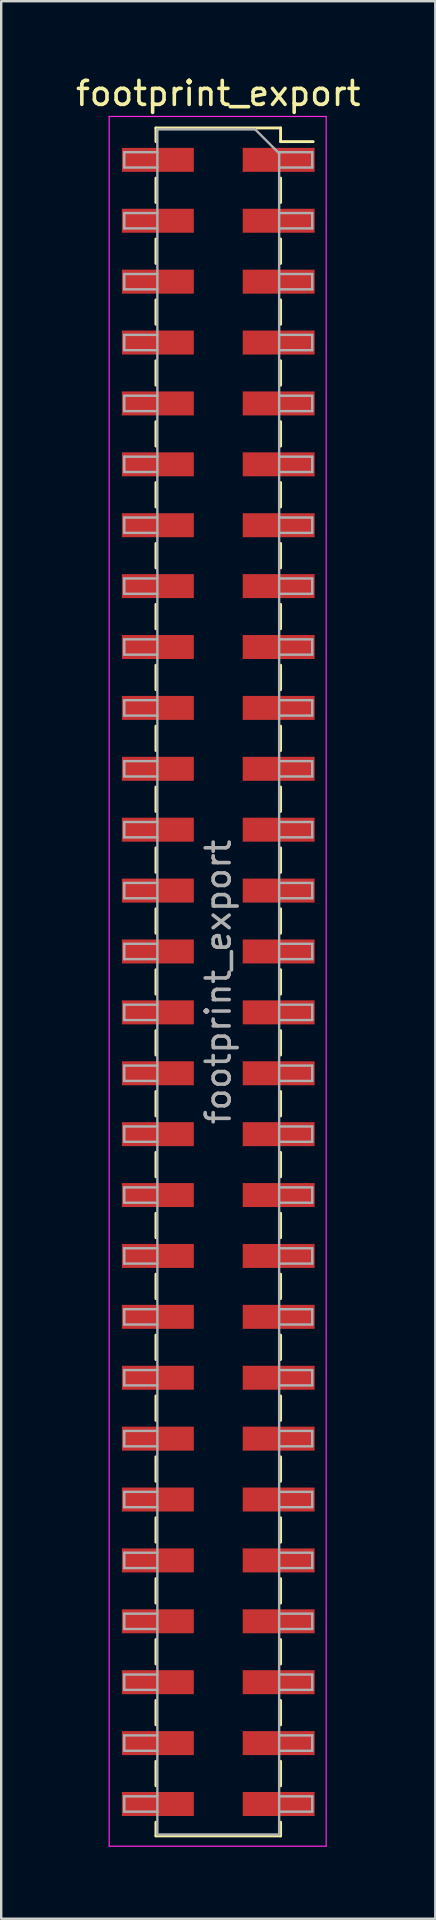
<source format=kicad_pcb>
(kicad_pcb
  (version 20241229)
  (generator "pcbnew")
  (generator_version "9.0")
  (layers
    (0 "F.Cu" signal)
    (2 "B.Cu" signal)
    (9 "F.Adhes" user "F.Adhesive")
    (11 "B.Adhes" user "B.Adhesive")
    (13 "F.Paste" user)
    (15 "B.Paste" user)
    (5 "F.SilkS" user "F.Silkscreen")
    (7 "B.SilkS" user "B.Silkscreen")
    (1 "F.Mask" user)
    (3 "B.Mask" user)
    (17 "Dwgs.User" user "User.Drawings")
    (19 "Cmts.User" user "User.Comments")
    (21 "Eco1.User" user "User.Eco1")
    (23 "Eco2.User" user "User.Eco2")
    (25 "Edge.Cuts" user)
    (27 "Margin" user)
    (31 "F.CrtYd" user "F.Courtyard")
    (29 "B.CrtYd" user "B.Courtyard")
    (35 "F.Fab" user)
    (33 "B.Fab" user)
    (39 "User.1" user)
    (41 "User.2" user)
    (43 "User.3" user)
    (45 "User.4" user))
  (footprint "footprint_export"
    (layer "F.Cu")
    (at 6.054 37.908)
    (property "Reference" "footprint_export" (at 0 -37.06 0) (layer "F.SilkS") (effects (font (size 1 1) (thickness 0.15))))
    (attr smd)
    (fp_line (start -2.6 -35.62) (end -2.6 -35.05) (stroke (width 0.12) (type solid)) (layer "F.SilkS"))
    (fp_line (start -2.6 -35.62) (end 2.6 -35.62) (stroke (width 0.12) (type solid)) (layer "F.SilkS"))
    (fp_line (start -2.6 -33.53) (end -2.6 -32.51) (stroke (width 0.12) (type solid)) (layer "F.SilkS"))
    (fp_line (start -2.6 -30.99) (end -2.6 -29.97) (stroke (width 0.12) (type solid)) (layer "F.SilkS"))
    (fp_line (start -2.6 -28.45) (end -2.6 -27.43) (stroke (width 0.12) (type solid)) (layer "F.SilkS"))
    (fp_line (start -2.6 -25.91) (end -2.6 -24.89) (stroke (width 0.12) (type solid)) (layer "F.SilkS"))
    (fp_line (start -2.6 -23.37) (end -2.6 -22.35) (stroke (width 0.12) (type solid)) (layer "F.SilkS"))
    (fp_line (start -2.6 -20.83) (end -2.6 -19.81) (stroke (width 0.12) (type solid)) (layer "F.SilkS"))
    (fp_line (start -2.6 -18.29) (end -2.6 -17.27) (stroke (width 0.12) (type solid)) (layer "F.SilkS"))
    (fp_line (start -2.6 -15.75) (end -2.6 -14.73) (stroke (width 0.12) (type solid)) (layer "F.SilkS"))
    (fp_line (start -2.6 -13.21) (end -2.6 -12.19) (stroke (width 0.12) (type solid)) (layer "F.SilkS"))
    (fp_line (start -2.6 -10.67) (end -2.6 -9.65) (stroke (width 0.12) (type solid)) (layer "F.SilkS"))
    (fp_line (start -2.6 -8.13) (end -2.6 -7.11) (stroke (width 0.12) (type solid)) (layer "F.SilkS"))
    (fp_line (start -2.6 -5.59) (end -2.6 -4.57) (stroke (width 0.12) (type solid)) (layer "F.SilkS"))
    (fp_line (start -2.6 -3.05) (end -2.6 -2.03) (stroke (width 0.12) (type solid)) (layer "F.SilkS"))
    (fp_line (start -2.6 -0.51) (end -2.6 0.51) (stroke (width 0.12) (type solid)) (layer "F.SilkS"))
    (fp_line (start -2.6 2.03) (end -2.6 3.05) (stroke (width 0.12) (type solid)) (layer "F.SilkS"))
    (fp_line (start -2.6 4.57) (end -2.6 5.59) (stroke (width 0.12) (type solid)) (layer "F.SilkS"))
    (fp_line (start -2.6 7.11) (end -2.6 8.13) (stroke (width 0.12) (type solid)) (layer "F.SilkS"))
    (fp_line (start -2.6 9.65) (end -2.6 10.67) (stroke (width 0.12) (type solid)) (layer "F.SilkS"))
    (fp_line (start -2.6 12.19) (end -2.6 13.21) (stroke (width 0.12) (type solid)) (layer "F.SilkS"))
    (fp_line (start -2.6 14.73) (end -2.6 15.75) (stroke (width 0.12) (type solid)) (layer "F.SilkS"))
    (fp_line (start -2.6 17.27) (end -2.6 18.29) (stroke (width 0.12) (type solid)) (layer "F.SilkS"))
    (fp_line (start -2.6 19.81) (end -2.6 20.83) (stroke (width 0.12) (type solid)) (layer "F.SilkS"))
    (fp_line (start -2.6 22.35) (end -2.6 23.37) (stroke (width 0.12) (type solid)) (layer "F.SilkS"))
    (fp_line (start -2.6 24.89) (end -2.6 25.91) (stroke (width 0.12) (type solid)) (layer "F.SilkS"))
    (fp_line (start -2.6 27.43) (end -2.6 28.45) (stroke (width 0.12) (type solid)) (layer "F.SilkS"))
    (fp_line (start -2.6 29.97) (end -2.6 30.99) (stroke (width 0.12) (type solid)) (layer "F.SilkS"))
    (fp_line (start -2.6 32.51) (end -2.6 33.53) (stroke (width 0.12) (type solid)) (layer "F.SilkS"))
    (fp_line (start -2.6 35.05) (end -2.6 35.62) (stroke (width 0.12) (type solid)) (layer "F.SilkS"))
    (fp_line (start -2.6 35.62) (end 2.6 35.62) (stroke (width 0.12) (type solid)) (layer "F.SilkS"))
    (fp_line (start 2.6 -35.62) (end 2.6 -35.05) (stroke (width 0.12) (type solid)) (layer "F.SilkS"))
    (fp_line (start 2.6 -35.05) (end 3.96 -35.05) (stroke (width 0.12) (type solid)) (layer "F.SilkS"))
    (fp_line (start 2.6 -33.53) (end 2.6 -32.51) (stroke (width 0.12) (type solid)) (layer "F.SilkS"))
    (fp_line (start 2.6 -30.99) (end 2.6 -29.97) (stroke (width 0.12) (type solid)) (layer "F.SilkS"))
    (fp_line (start 2.6 -28.45) (end 2.6 -27.43) (stroke (width 0.12) (type solid)) (layer "F.SilkS"))
    (fp_line (start 2.6 -25.91) (end 2.6 -24.89) (stroke (width 0.12) (type solid)) (layer "F.SilkS"))
    (fp_line (start 2.6 -23.37) (end 2.6 -22.35) (stroke (width 0.12) (type solid)) (layer "F.SilkS"))
    (fp_line (start 2.6 -20.83) (end 2.6 -19.81) (stroke (width 0.12) (type solid)) (layer "F.SilkS"))
    (fp_line (start 2.6 -18.29) (end 2.6 -17.27) (stroke (width 0.12) (type solid)) (layer "F.SilkS"))
    (fp_line (start 2.6 -15.75) (end 2.6 -14.73) (stroke (width 0.12) (type solid)) (layer "F.SilkS"))
    (fp_line (start 2.6 -13.21) (end 2.6 -12.19) (stroke (width 0.12) (type solid)) (layer "F.SilkS"))
    (fp_line (start 2.6 -10.67) (end 2.6 -9.65) (stroke (width 0.12) (type solid)) (layer "F.SilkS"))
    (fp_line (start 2.6 -8.13) (end 2.6 -7.11) (stroke (width 0.12) (type solid)) (layer "F.SilkS"))
    (fp_line (start 2.6 -5.59) (end 2.6 -4.57) (stroke (width 0.12) (type solid)) (layer "F.SilkS"))
    (fp_line (start 2.6 -3.05) (end 2.6 -2.03) (stroke (width 0.12) (type solid)) (layer "F.SilkS"))
    (fp_line (start 2.6 -0.51) (end 2.6 0.51) (stroke (width 0.12) (type solid)) (layer "F.SilkS"))
    (fp_line (start 2.6 2.03) (end 2.6 3.05) (stroke (width 0.12) (type solid)) (layer "F.SilkS"))
    (fp_line (start 2.6 4.57) (end 2.6 5.59) (stroke (width 0.12) (type solid)) (layer "F.SilkS"))
    (fp_line (start 2.6 7.11) (end 2.6 8.13) (stroke (width 0.12) (type solid)) (layer "F.SilkS"))
    (fp_line (start 2.6 9.65) (end 2.6 10.67) (stroke (width 0.12) (type solid)) (layer "F.SilkS"))
    (fp_line (start 2.6 12.19) (end 2.6 13.21) (stroke (width 0.12) (type solid)) (layer "F.SilkS"))
    (fp_line (start 2.6 14.73) (end 2.6 15.75) (stroke (width 0.12) (type solid)) (layer "F.SilkS"))
    (fp_line (start 2.6 17.27) (end 2.6 18.29) (stroke (width 0.12) (type solid)) (layer "F.SilkS"))
    (fp_line (start 2.6 19.81) (end 2.6 20.83) (stroke (width 0.12) (type solid)) (layer "F.SilkS"))
    (fp_line (start 2.6 22.35) (end 2.6 23.37) (stroke (width 0.12) (type solid)) (layer "F.SilkS"))
    (fp_line (start 2.6 24.89) (end 2.6 25.91) (stroke (width 0.12) (type solid)) (layer "F.SilkS"))
    (fp_line (start 2.6 27.43) (end 2.6 28.45) (stroke (width 0.12) (type solid)) (layer "F.SilkS"))
    (fp_line (start 2.6 29.97) (end 2.6 30.99) (stroke (width 0.12) (type solid)) (layer "F.SilkS"))
    (fp_line (start 2.6 32.51) (end 2.6 33.53) (stroke (width 0.12) (type solid)) (layer "F.SilkS"))
    (fp_line (start 2.6 35.05) (end 2.6 35.62) (stroke (width 0.12) (type solid)) (layer "F.SilkS"))
    (fp_line (start -4.55 -36.1) (end 4.5 -36.1) (stroke (width 0.05) (type solid)) (layer "F.CrtYd"))
    (fp_line (start -4.55 36.05) (end -4.55 -36.1) (stroke (width 0.05) (type solid)) (layer "F.CrtYd"))
    (fp_line (start 4.5 -36.1) (end 4.5 36.05) (stroke (width 0.05) (type solid)) (layer "F.CrtYd"))
    (fp_line (start 4.5 36.05) (end -4.55 36.05) (stroke (width 0.05) (type solid)) (layer "F.CrtYd"))
    (fp_line (start -3.92 -34.61) (end -2.54 -34.61) (stroke (width 0.1) (type solid)) (layer "F.Fab"))
    (fp_line (start -3.92 -33.97) (end -3.92 -34.61) (stroke (width 0.1) (type solid)) (layer "F.Fab"))
    (fp_line (start -3.92 -32.07) (end -2.54 -32.07) (stroke (width 0.1) (type solid)) (layer "F.Fab"))
    (fp_line (start -3.92 -31.43) (end -3.92 -32.07) (stroke (width 0.1) (type solid)) (layer "F.Fab"))
    (fp_line (start -3.92 -29.53) (end -2.54 -29.53) (stroke (width 0.1) (type solid)) (layer "F.Fab"))
    (fp_line (start -3.92 -28.89) (end -3.92 -29.53) (stroke (width 0.1) (type solid)) (layer "F.Fab"))
    (fp_line (start -3.92 -26.99) (end -2.54 -26.99) (stroke (width 0.1) (type solid)) (layer "F.Fab"))
    (fp_line (start -3.92 -26.35) (end -3.92 -26.99) (stroke (width 0.1) (type solid)) (layer "F.Fab"))
    (fp_line (start -3.92 -24.45) (end -2.54 -24.45) (stroke (width 0.1) (type solid)) (layer "F.Fab"))
    (fp_line (start -3.92 -23.81) (end -3.92 -24.45) (stroke (width 0.1) (type solid)) (layer "F.Fab"))
    (fp_line (start -3.92 -21.91) (end -2.54 -21.91) (stroke (width 0.1) (type solid)) (layer "F.Fab"))
    (fp_line (start -3.92 -21.27) (end -3.92 -21.91) (stroke (width 0.1) (type solid)) (layer "F.Fab"))
    (fp_line (start -3.92 -19.37) (end -2.54 -19.37) (stroke (width 0.1) (type solid)) (layer "F.Fab"))
    (fp_line (start -3.92 -18.73) (end -3.92 -19.37) (stroke (width 0.1) (type solid)) (layer "F.Fab"))
    (fp_line (start -3.92 -16.83) (end -2.54 -16.83) (stroke (width 0.1) (type solid)) (layer "F.Fab"))
    (fp_line (start -3.92 -16.19) (end -3.92 -16.83) (stroke (width 0.1) (type solid)) (layer "F.Fab"))
    (fp_line (start -3.92 -14.29) (end -2.54 -14.29) (stroke (width 0.1) (type solid)) (layer "F.Fab"))
    (fp_line (start -3.92 -13.65) (end -3.92 -14.29) (stroke (width 0.1) (type solid)) (layer "F.Fab"))
    (fp_line (start -3.92 -11.75) (end -2.54 -11.75) (stroke (width 0.1) (type solid)) (layer "F.Fab"))
    (fp_line (start -3.92 -11.11) (end -3.92 -11.75) (stroke (width 0.1) (type solid)) (layer "F.Fab"))
    (fp_line (start -3.92 -9.21) (end -2.54 -9.21) (stroke (width 0.1) (type solid)) (layer "F.Fab"))
    (fp_line (start -3.92 -8.57) (end -3.92 -9.21) (stroke (width 0.1) (type solid)) (layer "F.Fab"))
    (fp_line (start -3.92 -6.67) (end -2.54 -6.67) (stroke (width 0.1) (type solid)) (layer "F.Fab"))
    (fp_line (start -3.92 -6.03) (end -3.92 -6.67) (stroke (width 0.1) (type solid)) (layer "F.Fab"))
    (fp_line (start -3.92 -4.13) (end -2.54 -4.13) (stroke (width 0.1) (type solid)) (layer "F.Fab"))
    (fp_line (start -3.92 -3.49) (end -3.92 -4.13) (stroke (width 0.1) (type solid)) (layer "F.Fab"))
    (fp_line (start -3.92 -1.59) (end -2.54 -1.59) (stroke (width 0.1) (type solid)) (layer "F.Fab"))
    (fp_line (start -3.92 -0.95) (end -3.92 -1.59) (stroke (width 0.1) (type solid)) (layer "F.Fab"))
    (fp_line (start -3.92 0.95) (end -2.54 0.95) (stroke (width 0.1) (type solid)) (layer "F.Fab"))
    (fp_line (start -3.92 1.59) (end -3.92 0.95) (stroke (width 0.1) (type solid)) (layer "F.Fab"))
    (fp_line (start -3.92 3.49) (end -2.54 3.49) (stroke (width 0.1) (type solid)) (layer "F.Fab"))
    (fp_line (start -3.92 4.13) (end -3.92 3.49) (stroke (width 0.1) (type solid)) (layer "F.Fab"))
    (fp_line (start -3.92 6.03) (end -2.54 6.03) (stroke (width 0.1) (type solid)) (layer "F.Fab"))
    (fp_line (start -3.92 6.67) (end -3.92 6.03) (stroke (width 0.1) (type solid)) (layer "F.Fab"))
    (fp_line (start -3.92 8.57) (end -2.54 8.57) (stroke (width 0.1) (type solid)) (layer "F.Fab"))
    (fp_line (start -3.92 9.21) (end -3.92 8.57) (stroke (width 0.1) (type solid)) (layer "F.Fab"))
    (fp_line (start -3.92 11.11) (end -2.54 11.11) (stroke (width 0.1) (type solid)) (layer "F.Fab"))
    (fp_line (start -3.92 11.75) (end -3.92 11.11) (stroke (width 0.1) (type solid)) (layer "F.Fab"))
    (fp_line (start -3.92 13.65) (end -2.54 13.65) (stroke (width 0.1) (type solid)) (layer "F.Fab"))
    (fp_line (start -3.92 14.29) (end -3.92 13.65) (stroke (width 0.1) (type solid)) (layer "F.Fab"))
    (fp_line (start -3.92 16.19) (end -2.54 16.19) (stroke (width 0.1) (type solid)) (layer "F.Fab"))
    (fp_line (start -3.92 16.83) (end -3.92 16.19) (stroke (width 0.1) (type solid)) (layer "F.Fab"))
    (fp_line (start -3.92 18.73) (end -2.54 18.73) (stroke (width 0.1) (type solid)) (layer "F.Fab"))
    (fp_line (start -3.92 19.37) (end -3.92 18.73) (stroke (width 0.1) (type solid)) (layer "F.Fab"))
    (fp_line (start -3.92 21.27) (end -2.54 21.27) (stroke (width 0.1) (type solid)) (layer "F.Fab"))
    (fp_line (start -3.92 21.91) (end -3.92 21.27) (stroke (width 0.1) (type solid)) (layer "F.Fab"))
    (fp_line (start -3.92 23.81) (end -2.54 23.81) (stroke (width 0.1) (type solid)) (layer "F.Fab"))
    (fp_line (start -3.92 24.45) (end -3.92 23.81) (stroke (width 0.1) (type solid)) (layer "F.Fab"))
    (fp_line (start -3.92 26.35) (end -2.54 26.35) (stroke (width 0.1) (type solid)) (layer "F.Fab"))
    (fp_line (start -3.92 26.99) (end -3.92 26.35) (stroke (width 0.1) (type solid)) (layer "F.Fab"))
    (fp_line (start -3.92 28.89) (end -2.54 28.89) (stroke (width 0.1) (type solid)) (layer "F.Fab"))
    (fp_line (start -3.92 29.53) (end -3.92 28.89) (stroke (width 0.1) (type solid)) (layer "F.Fab"))
    (fp_line (start -3.92 31.43) (end -2.54 31.43) (stroke (width 0.1) (type solid)) (layer "F.Fab"))
    (fp_line (start -3.92 32.07) (end -3.92 31.43) (stroke (width 0.1) (type solid)) (layer "F.Fab"))
    (fp_line (start -3.92 33.97) (end -2.54 33.97) (stroke (width 0.1) (type solid)) (layer "F.Fab"))
    (fp_line (start -3.92 34.61) (end -3.92 33.97) (stroke (width 0.1) (type solid)) (layer "F.Fab"))
    (fp_line (start -2.54 -35.56) (end 1.54 -35.56) (stroke (width 0.1) (type solid)) (layer "F.Fab"))
    (fp_line (start -2.54 -33.97) (end -3.92 -33.97) (stroke (width 0.1) (type solid)) (layer "F.Fab"))
    (fp_line (start -2.54 -31.43) (end -3.92 -31.43) (stroke (width 0.1) (type solid)) (layer "F.Fab"))
    (fp_line (start -2.54 -28.89) (end -3.92 -28.89) (stroke (width 0.1) (type solid)) (layer "F.Fab"))
    (fp_line (start -2.54 -26.35) (end -3.92 -26.35) (stroke (width 0.1) (type solid)) (layer "F.Fab"))
    (fp_line (start -2.54 -23.81) (end -3.92 -23.81) (stroke (width 0.1) (type solid)) (layer "F.Fab"))
    (fp_line (start -2.54 -21.27) (end -3.92 -21.27) (stroke (width 0.1) (type solid)) (layer "F.Fab"))
    (fp_line (start -2.54 -18.73) (end -3.92 -18.73) (stroke (width 0.1) (type solid)) (layer "F.Fab"))
    (fp_line (start -2.54 -16.19) (end -3.92 -16.19) (stroke (width 0.1) (type solid)) (layer "F.Fab"))
    (fp_line (start -2.54 -13.65) (end -3.92 -13.65) (stroke (width 0.1) (type solid)) (layer "F.Fab"))
    (fp_line (start -2.54 -11.11) (end -3.92 -11.11) (stroke (width 0.1) (type solid)) (layer "F.Fab"))
    (fp_line (start -2.54 -8.57) (end -3.92 -8.57) (stroke (width 0.1) (type solid)) (layer "F.Fab"))
    (fp_line (start -2.54 -6.03) (end -3.92 -6.03) (stroke (width 0.1) (type solid)) (layer "F.Fab"))
    (fp_line (start -2.54 -3.49) (end -3.92 -3.49) (stroke (width 0.1) (type solid)) (layer "F.Fab"))
    (fp_line (start -2.54 -0.95) (end -3.92 -0.95) (stroke (width 0.1) (type solid)) (layer "F.Fab"))
    (fp_line (start -2.54 1.59) (end -3.92 1.59) (stroke (width 0.1) (type solid)) (layer "F.Fab"))
    (fp_line (start -2.54 4.13) (end -3.92 4.13) (stroke (width 0.1) (type solid)) (layer "F.Fab"))
    (fp_line (start -2.54 6.67) (end -3.92 6.67) (stroke (width 0.1) (type solid)) (layer "F.Fab"))
    (fp_line (start -2.54 9.21) (end -3.92 9.21) (stroke (width 0.1) (type solid)) (layer "F.Fab"))
    (fp_line (start -2.54 11.75) (end -3.92 11.75) (stroke (width 0.1) (type solid)) (layer "F.Fab"))
    (fp_line (start -2.54 14.29) (end -3.92 14.29) (stroke (width 0.1) (type solid)) (layer "F.Fab"))
    (fp_line (start -2.54 16.83) (end -3.92 16.83) (stroke (width 0.1) (type solid)) (layer "F.Fab"))
    (fp_line (start -2.54 19.37) (end -3.92 19.37) (stroke (width 0.1) (type solid)) (layer "F.Fab"))
    (fp_line (start -2.54 21.91) (end -3.92 21.91) (stroke (width 0.1) (type solid)) (layer "F.Fab"))
    (fp_line (start -2.54 24.45) (end -3.92 24.45) (stroke (width 0.1) (type solid)) (layer "F.Fab"))
    (fp_line (start -2.54 26.99) (end -3.92 26.99) (stroke (width 0.1) (type solid)) (layer "F.Fab"))
    (fp_line (start -2.54 29.53) (end -3.92 29.53) (stroke (width 0.1) (type solid)) (layer "F.Fab"))
    (fp_line (start -2.54 32.07) (end -3.92 32.07) (stroke (width 0.1) (type solid)) (layer "F.Fab"))
    (fp_line (start -2.54 34.61) (end -3.92 34.61) (stroke (width 0.1) (type solid)) (layer "F.Fab"))
    (fp_line (start -2.54 35.56) (end -2.54 -35.56) (stroke (width 0.1) (type solid)) (layer "F.Fab"))
    (fp_line (start 1.54 -35.56) (end 2.54 -34.56) (stroke (width 0.1) (type solid)) (layer "F.Fab"))
    (fp_line (start 2.54 -34.61) (end 3.92 -34.61) (stroke (width 0.1) (type solid)) (layer "F.Fab"))
    (fp_line (start 2.54 -34.56) (end 2.54 35.56) (stroke (width 0.1) (type solid)) (layer "F.Fab"))
    (fp_line (start 2.54 -32.07) (end 3.92 -32.07) (stroke (width 0.1) (type solid)) (layer "F.Fab"))
    (fp_line (start 2.54 -29.53) (end 3.92 -29.53) (stroke (width 0.1) (type solid)) (layer "F.Fab"))
    (fp_line (start 2.54 -26.99) (end 3.92 -26.99) (stroke (width 0.1) (type solid)) (layer "F.Fab"))
    (fp_line (start 2.54 -24.45) (end 3.92 -24.45) (stroke (width 0.1) (type solid)) (layer "F.Fab"))
    (fp_line (start 2.54 -21.91) (end 3.92 -21.91) (stroke (width 0.1) (type solid)) (layer "F.Fab"))
    (fp_line (start 2.54 -19.37) (end 3.92 -19.37) (stroke (width 0.1) (type solid)) (layer "F.Fab"))
    (fp_line (start 2.54 -16.83) (end 3.92 -16.83) (stroke (width 0.1) (type solid)) (layer "F.Fab"))
    (fp_line (start 2.54 -14.29) (end 3.92 -14.29) (stroke (width 0.1) (type solid)) (layer "F.Fab"))
    (fp_line (start 2.54 -11.75) (end 3.92 -11.75) (stroke (width 0.1) (type solid)) (layer "F.Fab"))
    (fp_line (start 2.54 -9.21) (end 3.92 -9.21) (stroke (width 0.1) (type solid)) (layer "F.Fab"))
    (fp_line (start 2.54 -6.67) (end 3.92 -6.67) (stroke (width 0.1) (type solid)) (layer "F.Fab"))
    (fp_line (start 2.54 -4.13) (end 3.92 -4.13) (stroke (width 0.1) (type solid)) (layer "F.Fab"))
    (fp_line (start 2.54 -1.59) (end 3.92 -1.59) (stroke (width 0.1) (type solid)) (layer "F.Fab"))
    (fp_line (start 2.54 0.95) (end 3.92 0.95) (stroke (width 0.1) (type solid)) (layer "F.Fab"))
    (fp_line (start 2.54 3.49) (end 3.92 3.49) (stroke (width 0.1) (type solid)) (layer "F.Fab"))
    (fp_line (start 2.54 6.03) (end 3.92 6.03) (stroke (width 0.1) (type solid)) (layer "F.Fab"))
    (fp_line (start 2.54 8.57) (end 3.92 8.57) (stroke (width 0.1) (type solid)) (layer "F.Fab"))
    (fp_line (start 2.54 11.11) (end 3.92 11.11) (stroke (width 0.1) (type solid)) (layer "F.Fab"))
    (fp_line (start 2.54 13.65) (end 3.92 13.65) (stroke (width 0.1) (type solid)) (layer "F.Fab"))
    (fp_line (start 2.54 16.19) (end 3.92 16.19) (stroke (width 0.1) (type solid)) (layer "F.Fab"))
    (fp_line (start 2.54 18.73) (end 3.92 18.73) (stroke (width 0.1) (type solid)) (layer "F.Fab"))
    (fp_line (start 2.54 21.27) (end 3.92 21.27) (stroke (width 0.1) (type solid)) (layer "F.Fab"))
    (fp_line (start 2.54 23.81) (end 3.92 23.81) (stroke (width 0.1) (type solid)) (layer "F.Fab"))
    (fp_line (start 2.54 26.35) (end 3.92 26.35) (stroke (width 0.1) (type solid)) (layer "F.Fab"))
    (fp_line (start 2.54 28.89) (end 3.92 28.89) (stroke (width 0.1) (type solid)) (layer "F.Fab"))
    (fp_line (start 2.54 31.43) (end 3.92 31.43) (stroke (width 0.1) (type solid)) (layer "F.Fab"))
    (fp_line (start 2.54 33.97) (end 3.92 33.97) (stroke (width 0.1) (type solid)) (layer "F.Fab"))
    (fp_line (start 2.54 35.56) (end -2.54 35.56) (stroke (width 0.1) (type solid)) (layer "F.Fab"))
    (fp_line (start 3.92 -34.61) (end 3.92 -33.97) (stroke (width 0.1) (type solid)) (layer "F.Fab"))
    (fp_line (start 3.92 -33.97) (end 2.54 -33.97) (stroke (width 0.1) (type solid)) (layer "F.Fab"))
    (fp_line (start 3.92 -32.07) (end 3.92 -31.43) (stroke (width 0.1) (type solid)) (layer "F.Fab"))
    (fp_line (start 3.92 -31.43) (end 2.54 -31.43) (stroke (width 0.1) (type solid)) (layer "F.Fab"))
    (fp_line (start 3.92 -29.53) (end 3.92 -28.89) (stroke (width 0.1) (type solid)) (layer "F.Fab"))
    (fp_line (start 3.92 -28.89) (end 2.54 -28.89) (stroke (width 0.1) (type solid)) (layer "F.Fab"))
    (fp_line (start 3.92 -26.99) (end 3.92 -26.35) (stroke (width 0.1) (type solid)) (layer "F.Fab"))
    (fp_line (start 3.92 -26.35) (end 2.54 -26.35) (stroke (width 0.1) (type solid)) (layer "F.Fab"))
    (fp_line (start 3.92 -24.45) (end 3.92 -23.81) (stroke (width 0.1) (type solid)) (layer "F.Fab"))
    (fp_line (start 3.92 -23.81) (end 2.54 -23.81) (stroke (width 0.1) (type solid)) (layer "F.Fab"))
    (fp_line (start 3.92 -21.91) (end 3.92 -21.27) (stroke (width 0.1) (type solid)) (layer "F.Fab"))
    (fp_line (start 3.92 -21.27) (end 2.54 -21.27) (stroke (width 0.1) (type solid)) (layer "F.Fab"))
    (fp_line (start 3.92 -19.37) (end 3.92 -18.73) (stroke (width 0.1) (type solid)) (layer "F.Fab"))
    (fp_line (start 3.92 -18.73) (end 2.54 -18.73) (stroke (width 0.1) (type solid)) (layer "F.Fab"))
    (fp_line (start 3.92 -16.83) (end 3.92 -16.19) (stroke (width 0.1) (type solid)) (layer "F.Fab"))
    (fp_line (start 3.92 -16.19) (end 2.54 -16.19) (stroke (width 0.1) (type solid)) (layer "F.Fab"))
    (fp_line (start 3.92 -14.29) (end 3.92 -13.65) (stroke (width 0.1) (type solid)) (layer "F.Fab"))
    (fp_line (start 3.92 -13.65) (end 2.54 -13.65) (stroke (width 0.1) (type solid)) (layer "F.Fab"))
    (fp_line (start 3.92 -11.75) (end 3.92 -11.11) (stroke (width 0.1) (type solid)) (layer "F.Fab"))
    (fp_line (start 3.92 -11.11) (end 2.54 -11.11) (stroke (width 0.1) (type solid)) (layer "F.Fab"))
    (fp_line (start 3.92 -9.21) (end 3.92 -8.57) (stroke (width 0.1) (type solid)) (layer "F.Fab"))
    (fp_line (start 3.92 -8.57) (end 2.54 -8.57) (stroke (width 0.1) (type solid)) (layer "F.Fab"))
    (fp_line (start 3.92 -6.67) (end 3.92 -6.03) (stroke (width 0.1) (type solid)) (layer "F.Fab"))
    (fp_line (start 3.92 -6.03) (end 2.54 -6.03) (stroke (width 0.1) (type solid)) (layer "F.Fab"))
    (fp_line (start 3.92 -4.13) (end 3.92 -3.49) (stroke (width 0.1) (type solid)) (layer "F.Fab"))
    (fp_line (start 3.92 -3.49) (end 2.54 -3.49) (stroke (width 0.1) (type solid)) (layer "F.Fab"))
    (fp_line (start 3.92 -1.59) (end 3.92 -0.95) (stroke (width 0.1) (type solid)) (layer "F.Fab"))
    (fp_line (start 3.92 -0.95) (end 2.54 -0.95) (stroke (width 0.1) (type solid)) (layer "F.Fab"))
    (fp_line (start 3.92 0.95) (end 3.92 1.59) (stroke (width 0.1) (type solid)) (layer "F.Fab"))
    (fp_line (start 3.92 1.59) (end 2.54 1.59) (stroke (width 0.1) (type solid)) (layer "F.Fab"))
    (fp_line (start 3.92 3.49) (end 3.92 4.13) (stroke (width 0.1) (type solid)) (layer "F.Fab"))
    (fp_line (start 3.92 4.13) (end 2.54 4.13) (stroke (width 0.1) (type solid)) (layer "F.Fab"))
    (fp_line (start 3.92 6.03) (end 3.92 6.67) (stroke (width 0.1) (type solid)) (layer "F.Fab"))
    (fp_line (start 3.92 6.67) (end 2.54 6.67) (stroke (width 0.1) (type solid)) (layer "F.Fab"))
    (fp_line (start 3.92 8.57) (end 3.92 9.21) (stroke (width 0.1) (type solid)) (layer "F.Fab"))
    (fp_line (start 3.92 9.21) (end 2.54 9.21) (stroke (width 0.1) (type solid)) (layer "F.Fab"))
    (fp_line (start 3.92 11.11) (end 3.92 11.75) (stroke (width 0.1) (type solid)) (layer "F.Fab"))
    (fp_line (start 3.92 11.75) (end 2.54 11.75) (stroke (width 0.1) (type solid)) (layer "F.Fab"))
    (fp_line (start 3.92 13.65) (end 3.92 14.29) (stroke (width 0.1) (type solid)) (layer "F.Fab"))
    (fp_line (start 3.92 14.29) (end 2.54 14.29) (stroke (width 0.1) (type solid)) (layer "F.Fab"))
    (fp_line (start 3.92 16.19) (end 3.92 16.83) (stroke (width 0.1) (type solid)) (layer "F.Fab"))
    (fp_line (start 3.92 16.83) (end 2.54 16.83) (stroke (width 0.1) (type solid)) (layer "F.Fab"))
    (fp_line (start 3.92 18.73) (end 3.92 19.37) (stroke (width 0.1) (type solid)) (layer "F.Fab"))
    (fp_line (start 3.92 19.37) (end 2.54 19.37) (stroke (width 0.1) (type solid)) (layer "F.Fab"))
    (fp_line (start 3.92 21.27) (end 3.92 21.91) (stroke (width 0.1) (type solid)) (layer "F.Fab"))
    (fp_line (start 3.92 21.91) (end 2.54 21.91) (stroke (width 0.1) (type solid)) (layer "F.Fab"))
    (fp_line (start 3.92 23.81) (end 3.92 24.45) (stroke (width 0.1) (type solid)) (layer "F.Fab"))
    (fp_line (start 3.92 24.45) (end 2.54 24.45) (stroke (width 0.1) (type solid)) (layer "F.Fab"))
    (fp_line (start 3.92 26.35) (end 3.92 26.99) (stroke (width 0.1) (type solid)) (layer "F.Fab"))
    (fp_line (start 3.92 26.99) (end 2.54 26.99) (stroke (width 0.1) (type solid)) (layer "F.Fab"))
    (fp_line (start 3.92 28.89) (end 3.92 29.53) (stroke (width 0.1) (type solid)) (layer "F.Fab"))
    (fp_line (start 3.92 29.53) (end 2.54 29.53) (stroke (width 0.1) (type solid)) (layer "F.Fab"))
    (fp_line (start 3.92 31.43) (end 3.92 32.07) (stroke (width 0.1) (type solid)) (layer "F.Fab"))
    (fp_line (start 3.92 32.07) (end 2.54 32.07) (stroke (width 0.1) (type solid)) (layer "F.Fab"))
    (fp_line (start 3.92 33.97) (end 3.92 34.61) (stroke (width 0.1) (type solid)) (layer "F.Fab"))
    (fp_line (start 3.92 34.61) (end 2.54 34.61) (stroke (width 0.1) (type solid)) (layer "F.Fab"))
    (fp_text user "${REFERENCE}" (at 0 0 90) (layer "F.Fab") (effects (font (size 1 1) (thickness 0.15))))
    (pad "1" smd rect (at 2.52 -34.29) (size 3 1) (layers "F.Cu" "F.Mask" "F.Paste"))
    (pad "2" smd rect (at -2.52 -34.29) (size 3 1) (layers "F.Cu" "F.Mask" "F.Paste"))
    (pad "3" smd rect (at 2.52 -31.75) (size 3 1) (layers "F.Cu" "F.Mask" "F.Paste"))
    (pad "4" smd rect (at -2.52 -31.75) (size 3 1) (layers "F.Cu" "F.Mask" "F.Paste"))
    (pad "5" smd rect (at 2.52 -29.21) (size 3 1) (layers "F.Cu" "F.Mask" "F.Paste"))
    (pad "6" smd rect (at -2.52 -29.21) (size 3 1) (layers "F.Cu" "F.Mask" "F.Paste"))
    (pad "7" smd rect (at 2.52 -26.67) (size 3 1) (layers "F.Cu" "F.Mask" "F.Paste"))
    (pad "8" smd rect (at -2.52 -26.67) (size 3 1) (layers "F.Cu" "F.Mask" "F.Paste"))
    (pad "9" smd rect (at 2.52 -24.13) (size 3 1) (layers "F.Cu" "F.Mask" "F.Paste"))
    (pad "10" smd rect (at -2.52 -24.13) (size 3 1) (layers "F.Cu" "F.Mask" "F.Paste"))
    (pad "11" smd rect (at 2.52 -21.59) (size 3 1) (layers "F.Cu" "F.Mask" "F.Paste"))
    (pad "12" smd rect (at -2.52 -21.59) (size 3 1) (layers "F.Cu" "F.Mask" "F.Paste"))
    (pad "13" smd rect (at 2.52 -19.05) (size 3 1) (layers "F.Cu" "F.Mask" "F.Paste"))
    (pad "14" smd rect (at -2.52 -19.05) (size 3 1) (layers "F.Cu" "F.Mask" "F.Paste"))
    (pad "15" smd rect (at 2.52 -16.51) (size 3 1) (layers "F.Cu" "F.Mask" "F.Paste"))
    (pad "16" smd rect (at -2.52 -16.51) (size 3 1) (layers "F.Cu" "F.Mask" "F.Paste"))
    (pad "17" smd rect (at 2.52 -13.97) (size 3 1) (layers "F.Cu" "F.Mask" "F.Paste"))
    (pad "18" smd rect (at -2.52 -13.97) (size 3 1) (layers "F.Cu" "F.Mask" "F.Paste"))
    (pad "19" smd rect (at 2.52 -11.43) (size 3 1) (layers "F.Cu" "F.Mask" "F.Paste"))
    (pad "20" smd rect (at -2.52 -11.43) (size 3 1) (layers "F.Cu" "F.Mask" "F.Paste"))
    (pad "21" smd rect (at 2.52 -8.89) (size 3 1) (layers "F.Cu" "F.Mask" "F.Paste"))
    (pad "22" smd rect (at -2.52 -8.89) (size 3 1) (layers "F.Cu" "F.Mask" "F.Paste"))
    (pad "23" smd rect (at 2.52 -6.35) (size 3 1) (layers "F.Cu" "F.Mask" "F.Paste"))
    (pad "24" smd rect (at -2.52 -6.35) (size 3 1) (layers "F.Cu" "F.Mask" "F.Paste"))
    (pad "25" smd rect (at 2.52 -3.81) (size 3 1) (layers "F.Cu" "F.Mask" "F.Paste"))
    (pad "26" smd rect (at -2.52 -3.81) (size 3 1) (layers "F.Cu" "F.Mask" "F.Paste"))
    (pad "27" smd rect (at 2.52 -1.27) (size 3 1) (layers "F.Cu" "F.Mask" "F.Paste"))
    (pad "28" smd rect (at -2.52 -1.27) (size 3 1) (layers "F.Cu" "F.Mask" "F.Paste"))
    (pad "29" smd rect (at 2.52 1.27) (size 3 1) (layers "F.Cu" "F.Mask" "F.Paste"))
    (pad "30" smd rect (at -2.52 1.27) (size 3 1) (layers "F.Cu" "F.Mask" "F.Paste"))
    (pad "31" smd rect (at 2.52 3.81) (size 3 1) (layers "F.Cu" "F.Mask" "F.Paste"))
    (pad "32" smd rect (at -2.52 3.81) (size 3 1) (layers "F.Cu" "F.Mask" "F.Paste"))
    (pad "33" smd rect (at 2.52 6.35) (size 3 1) (layers "F.Cu" "F.Mask" "F.Paste"))
    (pad "34" smd rect (at -2.52 6.35) (size 3 1) (layers "F.Cu" "F.Mask" "F.Paste"))
    (pad "35" smd rect (at 2.52 8.89) (size 3 1) (layers "F.Cu" "F.Mask" "F.Paste"))
    (pad "36" smd rect (at -2.52 8.89) (size 3 1) (layers "F.Cu" "F.Mask" "F.Paste"))
    (pad "37" smd rect (at 2.52 11.43) (size 3 1) (layers "F.Cu" "F.Mask" "F.Paste"))
    (pad "38" smd rect (at -2.52 11.43) (size 3 1) (layers "F.Cu" "F.Mask" "F.Paste"))
    (pad "39" smd rect (at 2.52 13.97) (size 3 1) (layers "F.Cu" "F.Mask" "F.Paste"))
    (pad "40" smd rect (at -2.52 13.97) (size 3 1) (layers "F.Cu" "F.Mask" "F.Paste"))
    (pad "41" smd rect (at 2.52 16.51) (size 3 1) (layers "F.Cu" "F.Mask" "F.Paste"))
    (pad "42" smd rect (at -2.52 16.51) (size 3 1) (layers "F.Cu" "F.Mask" "F.Paste"))
    (pad "43" smd rect (at 2.52 19.05) (size 3 1) (layers "F.Cu" "F.Mask" "F.Paste"))
    (pad "44" smd rect (at -2.52 19.05) (size 3 1) (layers "F.Cu" "F.Mask" "F.Paste"))
    (pad "45" smd rect (at 2.52 21.59) (size 3 1) (layers "F.Cu" "F.Mask" "F.Paste"))
    (pad "46" smd rect (at -2.52 21.59) (size 3 1) (layers "F.Cu" "F.Mask" "F.Paste"))
    (pad "47" smd rect (at 2.52 24.13) (size 3 1) (layers "F.Cu" "F.Mask" "F.Paste"))
    (pad "48" smd rect (at -2.52 24.13) (size 3 1) (layers "F.Cu" "F.Mask" "F.Paste"))
    (pad "49" smd rect (at 2.52 26.67) (size 3 1) (layers "F.Cu" "F.Mask" "F.Paste"))
    (pad "50" smd rect (at -2.52 26.67) (size 3 1) (layers "F.Cu" "F.Mask" "F.Paste"))
    (pad "51" smd rect (at 2.52 29.21) (size 3 1) (layers "F.Cu" "F.Mask" "F.Paste"))
    (pad "52" smd rect (at -2.52 29.21) (size 3 1) (layers "F.Cu" "F.Mask" "F.Paste"))
    (pad "53" smd rect (at 2.52 31.75) (size 3 1) (layers "F.Cu" "F.Mask" "F.Paste"))
    (pad "54" smd rect (at -2.52 31.75) (size 3 1) (layers "F.Cu" "F.Mask" "F.Paste"))
    (pad "55" smd rect (at 2.52 34.29) (size 3 1) (layers "F.Cu" "F.Mask" "F.Paste"))
    (pad "56" smd rect (at -2.52 34.29) (size 3 1) (layers "F.Cu" "F.Mask" "F.Paste")))
  (gr_rect
    (start -3 -3)
    (end 15.107 76.983)
    (stroke (width 0.1) (type default))
    (fill no)
    (layer "Edge.Cuts")))
</source>
